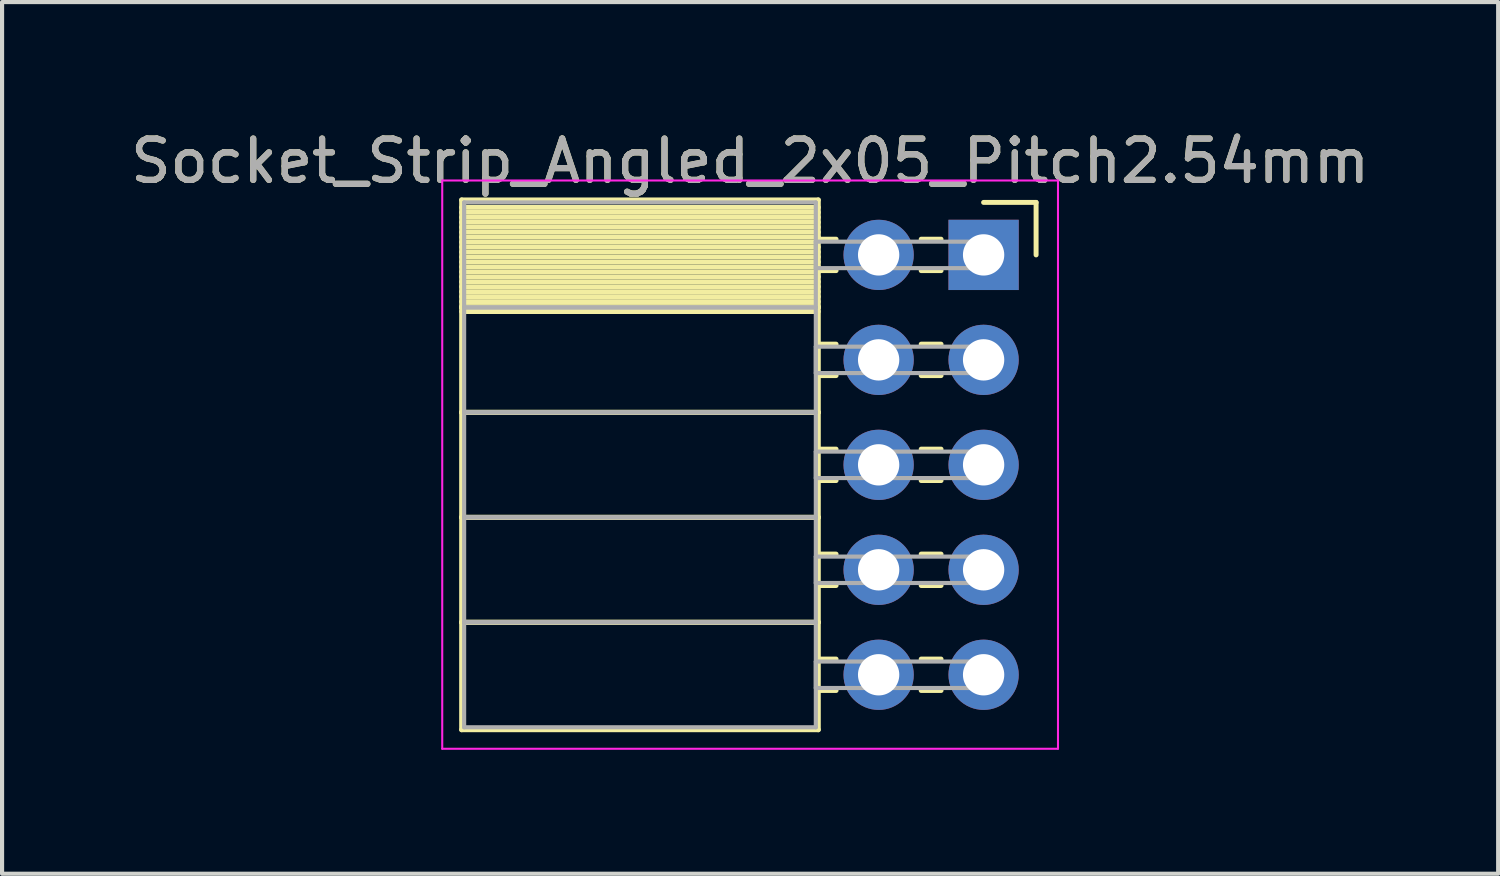
<source format=kicad_pcb>
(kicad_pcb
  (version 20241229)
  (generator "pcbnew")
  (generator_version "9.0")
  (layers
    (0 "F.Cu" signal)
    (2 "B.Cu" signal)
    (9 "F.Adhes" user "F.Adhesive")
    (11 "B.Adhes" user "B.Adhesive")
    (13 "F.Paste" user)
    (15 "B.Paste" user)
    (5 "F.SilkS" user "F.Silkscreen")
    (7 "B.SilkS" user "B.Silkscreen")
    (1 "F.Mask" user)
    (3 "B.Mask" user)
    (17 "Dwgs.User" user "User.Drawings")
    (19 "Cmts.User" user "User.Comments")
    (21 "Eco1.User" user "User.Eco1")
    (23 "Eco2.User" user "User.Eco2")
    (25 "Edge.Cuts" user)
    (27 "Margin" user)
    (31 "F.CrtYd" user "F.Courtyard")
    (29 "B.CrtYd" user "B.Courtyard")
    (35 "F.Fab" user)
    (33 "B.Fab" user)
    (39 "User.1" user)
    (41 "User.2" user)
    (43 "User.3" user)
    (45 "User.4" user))
  (footprint "Socket_Strip_Angled_2x05_Pitch2.54mm"
    (layer "F.Cu")
    (at 20.751 3.118)
    (property "Reference" "Socket_Strip_Angled_2x05_Pitch2.54mm" (at -5.65 -2.27 0) (layer "F.SilkS") (effects (font (size 1 1) (thickness 0.15))))
    (attr through_hole)
    (fp_line (start -12.63 -1.33) (end -4 -1.33) (stroke (width 0.12) (type solid)) (layer "F.SilkS"))
    (fp_line (start -12.63 1.27) (end -12.63 -1.33) (stroke (width 0.12) (type solid)) (layer "F.SilkS"))
    (fp_line (start -12.63 1.27) (end -4 1.27) (stroke (width 0.12) (type solid)) (layer "F.SilkS"))
    (fp_line (start -12.63 3.81) (end -12.63 1.27) (stroke (width 0.12) (type solid)) (layer "F.SilkS"))
    (fp_line (start -12.63 3.81) (end -4 3.81) (stroke (width 0.12) (type solid)) (layer "F.SilkS"))
    (fp_line (start -12.63 6.35) (end -12.63 3.81) (stroke (width 0.12) (type solid)) (layer "F.SilkS"))
    (fp_line (start -12.63 6.35) (end -4 6.35) (stroke (width 0.12) (type solid)) (layer "F.SilkS"))
    (fp_line (start -12.63 8.89) (end -12.63 6.35) (stroke (width 0.12) (type solid)) (layer "F.SilkS"))
    (fp_line (start -12.63 8.89) (end -4 8.89) (stroke (width 0.12) (type solid)) (layer "F.SilkS"))
    (fp_line (start -12.63 11.49) (end -12.63 8.89) (stroke (width 0.12) (type solid)) (layer "F.SilkS"))
    (fp_line (start -4 -1.33) (end -4 1.27) (stroke (width 0.12) (type solid)) (layer "F.SilkS"))
    (fp_line (start -4 -1.15) (end -12.63 -1.15) (stroke (width 0.12) (type solid)) (layer "F.SilkS"))
    (fp_line (start -4 -1.03) (end -12.63 -1.03) (stroke (width 0.12) (type solid)) (layer "F.SilkS"))
    (fp_line (start -4 -0.91) (end -12.63 -0.91) (stroke (width 0.12) (type solid)) (layer "F.SilkS"))
    (fp_line (start -4 -0.79) (end -12.63 -0.79) (stroke (width 0.12) (type solid)) (layer "F.SilkS"))
    (fp_line (start -4 -0.67) (end -12.63 -0.67) (stroke (width 0.12) (type solid)) (layer "F.SilkS"))
    (fp_line (start -4 -0.55) (end -12.63 -0.55) (stroke (width 0.12) (type solid)) (layer "F.SilkS"))
    (fp_line (start -4 -0.43) (end -12.63 -0.43) (stroke (width 0.12) (type solid)) (layer "F.SilkS"))
    (fp_line (start -4 -0.31) (end -12.63 -0.31) (stroke (width 0.12) (type solid)) (layer "F.SilkS"))
    (fp_line (start -4 -0.19) (end -12.63 -0.19) (stroke (width 0.12) (type solid)) (layer "F.SilkS"))
    (fp_line (start -4 -0.07) (end -12.63 -0.07) (stroke (width 0.12) (type solid)) (layer "F.SilkS"))
    (fp_line (start -4 0.05) (end -12.63 0.05) (stroke (width 0.12) (type solid)) (layer "F.SilkS"))
    (fp_line (start -4 0.17) (end -12.63 0.17) (stroke (width 0.12) (type solid)) (layer "F.SilkS"))
    (fp_line (start -4 0.29) (end -12.63 0.29) (stroke (width 0.12) (type solid)) (layer "F.SilkS"))
    (fp_line (start -4 0.41) (end -12.63 0.41) (stroke (width 0.12) (type solid)) (layer "F.SilkS"))
    (fp_line (start -4 0.53) (end -12.63 0.53) (stroke (width 0.12) (type solid)) (layer "F.SilkS"))
    (fp_line (start -4 0.65) (end -12.63 0.65) (stroke (width 0.12) (type solid)) (layer "F.SilkS"))
    (fp_line (start -4 0.77) (end -12.63 0.77) (stroke (width 0.12) (type solid)) (layer "F.SilkS"))
    (fp_line (start -4 0.89) (end -12.63 0.89) (stroke (width 0.12) (type solid)) (layer "F.SilkS"))
    (fp_line (start -4 1.01) (end -12.63 1.01) (stroke (width 0.12) (type solid)) (layer "F.SilkS"))
    (fp_line (start -4 1.13) (end -12.63 1.13) (stroke (width 0.12) (type solid)) (layer "F.SilkS"))
    (fp_line (start -4 1.25) (end -12.63 1.25) (stroke (width 0.12) (type solid)) (layer "F.SilkS"))
    (fp_line (start -4 1.27) (end -12.63 1.27) (stroke (width 0.12) (type solid)) (layer "F.SilkS"))
    (fp_line (start -4 1.27) (end -4 3.81) (stroke (width 0.12) (type solid)) (layer "F.SilkS"))
    (fp_line (start -4 1.37) (end -12.63 1.37) (stroke (width 0.12) (type solid)) (layer "F.SilkS"))
    (fp_line (start -4 3.81) (end -12.63 3.81) (stroke (width 0.12) (type solid)) (layer "F.SilkS"))
    (fp_line (start -4 3.81) (end -4 6.35) (stroke (width 0.12) (type solid)) (layer "F.SilkS"))
    (fp_line (start -4 6.35) (end -12.63 6.35) (stroke (width 0.12) (type solid)) (layer "F.SilkS"))
    (fp_line (start -4 6.35) (end -4 8.89) (stroke (width 0.12) (type solid)) (layer "F.SilkS"))
    (fp_line (start -4 8.89) (end -12.63 8.89) (stroke (width 0.12) (type solid)) (layer "F.SilkS"))
    (fp_line (start -4 8.89) (end -4 11.49) (stroke (width 0.12) (type solid)) (layer "F.SilkS"))
    (fp_line (start -4 11.49) (end -12.63 11.49) (stroke (width 0.12) (type solid)) (layer "F.SilkS"))
    (fp_line (start -3.57 -0.38) (end -4 -0.38) (stroke (width 0.12) (type solid)) (layer "F.SilkS"))
    (fp_line (start -3.57 0.38) (end -4 0.38) (stroke (width 0.12) (type solid)) (layer "F.SilkS"))
    (fp_line (start -3.57 2.16) (end -4 2.16) (stroke (width 0.12) (type solid)) (layer "F.SilkS"))
    (fp_line (start -3.57 2.92) (end -4 2.92) (stroke (width 0.12) (type solid)) (layer "F.SilkS"))
    (fp_line (start -3.57 4.7) (end -4 4.7) (stroke (width 0.12) (type solid)) (layer "F.SilkS"))
    (fp_line (start -3.57 5.46) (end -4 5.46) (stroke (width 0.12) (type solid)) (layer "F.SilkS"))
    (fp_line (start -3.57 7.24) (end -4 7.24) (stroke (width 0.12) (type solid)) (layer "F.SilkS"))
    (fp_line (start -3.57 8) (end -4 8) (stroke (width 0.12) (type solid)) (layer "F.SilkS"))
    (fp_line (start -3.57 9.78) (end -4 9.78) (stroke (width 0.12) (type solid)) (layer "F.SilkS"))
    (fp_line (start -3.57 10.54) (end -4 10.54) (stroke (width 0.12) (type solid)) (layer "F.SilkS"))
    (fp_line (start -1.03 -0.38) (end -1.51 -0.38) (stroke (width 0.12) (type solid)) (layer "F.SilkS"))
    (fp_line (start -1.03 0.38) (end -1.51 0.38) (stroke (width 0.12) (type solid)) (layer "F.SilkS"))
    (fp_line (start -1.03 2.16) (end -1.51 2.16) (stroke (width 0.12) (type solid)) (layer "F.SilkS"))
    (fp_line (start -1.03 2.92) (end -1.51 2.92) (stroke (width 0.12) (type solid)) (layer "F.SilkS"))
    (fp_line (start -1.03 4.7) (end -1.51 4.7) (stroke (width 0.12) (type solid)) (layer "F.SilkS"))
    (fp_line (start -1.03 5.46) (end -1.51 5.46) (stroke (width 0.12) (type solid)) (layer "F.SilkS"))
    (fp_line (start -1.03 7.24) (end -1.51 7.24) (stroke (width 0.12) (type solid)) (layer "F.SilkS"))
    (fp_line (start -1.03 8) (end -1.51 8) (stroke (width 0.12) (type solid)) (layer "F.SilkS"))
    (fp_line (start -1.03 9.78) (end -1.51 9.78) (stroke (width 0.12) (type solid)) (layer "F.SilkS"))
    (fp_line (start -1.03 10.54) (end -1.51 10.54) (stroke (width 0.12) (type solid)) (layer "F.SilkS"))
    (fp_line (start 0 -1.27) (end 1.27 -1.27) (stroke (width 0.12) (type solid)) (layer "F.SilkS"))
    (fp_line (start 1.27 -1.27) (end 1.27 0) (stroke (width 0.12) (type solid)) (layer "F.SilkS"))
    (fp_line (start -13.1 -1.8) (end 1.8 -1.8) (stroke (width 0.05) (type solid)) (layer "F.CrtYd"))
    (fp_line (start -13.1 11.95) (end -13.1 -1.8) (stroke (width 0.05) (type solid)) (layer "F.CrtYd"))
    (fp_line (start 1.8 -1.8) (end 1.8 11.95) (stroke (width 0.05) (type solid)) (layer "F.CrtYd"))
    (fp_line (start 1.8 11.95) (end -13.1 11.95) (stroke (width 0.05) (type solid)) (layer "F.CrtYd"))
    (fp_line (start -12.57 -1.27) (end -4.06 -1.27) (stroke (width 0.1) (type solid)) (layer "F.Fab"))
    (fp_line (start -12.57 1.27) (end -12.57 -1.27) (stroke (width 0.1) (type solid)) (layer "F.Fab"))
    (fp_line (start -12.57 1.27) (end -4.06 1.27) (stroke (width 0.1) (type solid)) (layer "F.Fab"))
    (fp_line (start -12.57 3.81) (end -12.57 1.27) (stroke (width 0.1) (type solid)) (layer "F.Fab"))
    (fp_line (start -12.57 3.81) (end -4.06 3.81) (stroke (width 0.1) (type solid)) (layer "F.Fab"))
    (fp_line (start -12.57 6.35) (end -12.57 3.81) (stroke (width 0.1) (type solid)) (layer "F.Fab"))
    (fp_line (start -12.57 6.35) (end -4.06 6.35) (stroke (width 0.1) (type solid)) (layer "F.Fab"))
    (fp_line (start -12.57 8.89) (end -12.57 6.35) (stroke (width 0.1) (type solid)) (layer "F.Fab"))
    (fp_line (start -12.57 8.89) (end -4.06 8.89) (stroke (width 0.1) (type solid)) (layer "F.Fab"))
    (fp_line (start -12.57 11.43) (end -12.57 8.89) (stroke (width 0.1) (type solid)) (layer "F.Fab"))
    (fp_line (start -4.06 -1.27) (end -4.06 1.27) (stroke (width 0.1) (type solid)) (layer "F.Fab"))
    (fp_line (start -4.06 -0.32) (end 0 -0.32) (stroke (width 0.1) (type solid)) (layer "F.Fab"))
    (fp_line (start -4.06 0.32) (end -4.06 -0.32) (stroke (width 0.1) (type solid)) (layer "F.Fab"))
    (fp_line (start -4.06 1.27) (end -12.57 1.27) (stroke (width 0.1) (type solid)) (layer "F.Fab"))
    (fp_line (start -4.06 1.27) (end -4.06 3.81) (stroke (width 0.1) (type solid)) (layer "F.Fab"))
    (fp_line (start -4.06 2.22) (end 0 2.22) (stroke (width 0.1) (type solid)) (layer "F.Fab"))
    (fp_line (start -4.06 2.86) (end -4.06 2.22) (stroke (width 0.1) (type solid)) (layer "F.Fab"))
    (fp_line (start -4.06 3.81) (end -12.57 3.81) (stroke (width 0.1) (type solid)) (layer "F.Fab"))
    (fp_line (start -4.06 3.81) (end -4.06 6.35) (stroke (width 0.1) (type solid)) (layer "F.Fab"))
    (fp_line (start -4.06 4.76) (end 0 4.76) (stroke (width 0.1) (type solid)) (layer "F.Fab"))
    (fp_line (start -4.06 5.4) (end -4.06 4.76) (stroke (width 0.1) (type solid)) (layer "F.Fab"))
    (fp_line (start -4.06 6.35) (end -12.57 6.35) (stroke (width 0.1) (type solid)) (layer "F.Fab"))
    (fp_line (start -4.06 6.35) (end -4.06 8.89) (stroke (width 0.1) (type solid)) (layer "F.Fab"))
    (fp_line (start -4.06 7.3) (end 0 7.3) (stroke (width 0.1) (type solid)) (layer "F.Fab"))
    (fp_line (start -4.06 7.94) (end -4.06 7.3) (stroke (width 0.1) (type solid)) (layer "F.Fab"))
    (fp_line (start -4.06 8.89) (end -12.57 8.89) (stroke (width 0.1) (type solid)) (layer "F.Fab"))
    (fp_line (start -4.06 8.89) (end -4.06 11.43) (stroke (width 0.1) (type solid)) (layer "F.Fab"))
    (fp_line (start -4.06 9.84) (end 0 9.84) (stroke (width 0.1) (type solid)) (layer "F.Fab"))
    (fp_line (start -4.06 10.48) (end -4.06 9.84) (stroke (width 0.1) (type solid)) (layer "F.Fab"))
    (fp_line (start -4.06 11.43) (end -12.57 11.43) (stroke (width 0.1) (type solid)) (layer "F.Fab"))
    (fp_line (start 0 -0.32) (end 0 0.32) (stroke (width 0.1) (type solid)) (layer "F.Fab"))
    (fp_line (start 0 0.32) (end -4.06 0.32) (stroke (width 0.1) (type solid)) (layer "F.Fab"))
    (fp_line (start 0 2.22) (end 0 2.86) (stroke (width 0.1) (type solid)) (layer "F.Fab"))
    (fp_line (start 0 2.86) (end -4.06 2.86) (stroke (width 0.1) (type solid)) (layer "F.Fab"))
    (fp_line (start 0 4.76) (end 0 5.4) (stroke (width 0.1) (type solid)) (layer "F.Fab"))
    (fp_line (start 0 5.4) (end -4.06 5.4) (stroke (width 0.1) (type solid)) (layer "F.Fab"))
    (fp_line (start 0 7.3) (end 0 7.94) (stroke (width 0.1) (type solid)) (layer "F.Fab"))
    (fp_line (start 0 7.94) (end -4.06 7.94) (stroke (width 0.1) (type solid)) (layer "F.Fab"))
    (fp_line (start 0 9.84) (end 0 10.48) (stroke (width 0.1) (type solid)) (layer "F.Fab"))
    (fp_line (start 0 10.48) (end -4.06 10.48) (stroke (width 0.1) (type solid)) (layer "F.Fab"))
    (fp_text user "${REFERENCE}" (at -5.65 -2.27 0) (layer "F.Fab") (effects (font (size 1 1) (thickness 0.15))))
    (pad "1" thru_hole rect (at 0 0) (size 1.7 1.7) (drill 1) (layers "*.Cu" "*.Mask"))
    (pad "2" thru_hole oval (at -2.54 0) (size 1.7 1.7) (drill 1) (layers "*.Cu" "*.Mask"))
    (pad "3" thru_hole oval (at 0 2.54) (size 1.7 1.7) (drill 1) (layers "*.Cu" "*.Mask"))
    (pad "4" thru_hole oval (at -2.54 2.54) (size 1.7 1.7) (drill 1) (layers "*.Cu" "*.Mask"))
    (pad "5" thru_hole oval (at 0 5.08) (size 1.7 1.7) (drill 1) (layers "*.Cu" "*.Mask"))
    (pad "6" thru_hole oval (at -2.54 5.08) (size 1.7 1.7) (drill 1) (layers "*.Cu" "*.Mask"))
    (pad "7" thru_hole oval (at 0 7.62) (size 1.7 1.7) (drill 1) (layers "*.Cu" "*.Mask"))
    (pad "8" thru_hole oval (at -2.54 7.62) (size 1.7 1.7) (drill 1) (layers "*.Cu" "*.Mask"))
    (pad "9" thru_hole oval (at 0 10.16) (size 1.7 1.7) (drill 1) (layers "*.Cu" "*.Mask"))
    (pad "10" thru_hole oval (at -2.54 10.16) (size 1.7 1.7) (drill 1) (layers "*.Cu" "*.Mask")))
  (gr_rect
    (start -3 -3)
    (end 33.202 18.093)
    (stroke (width 0.1) (type default))
    (fill no)
    (layer "Edge.Cuts")))
</source>
